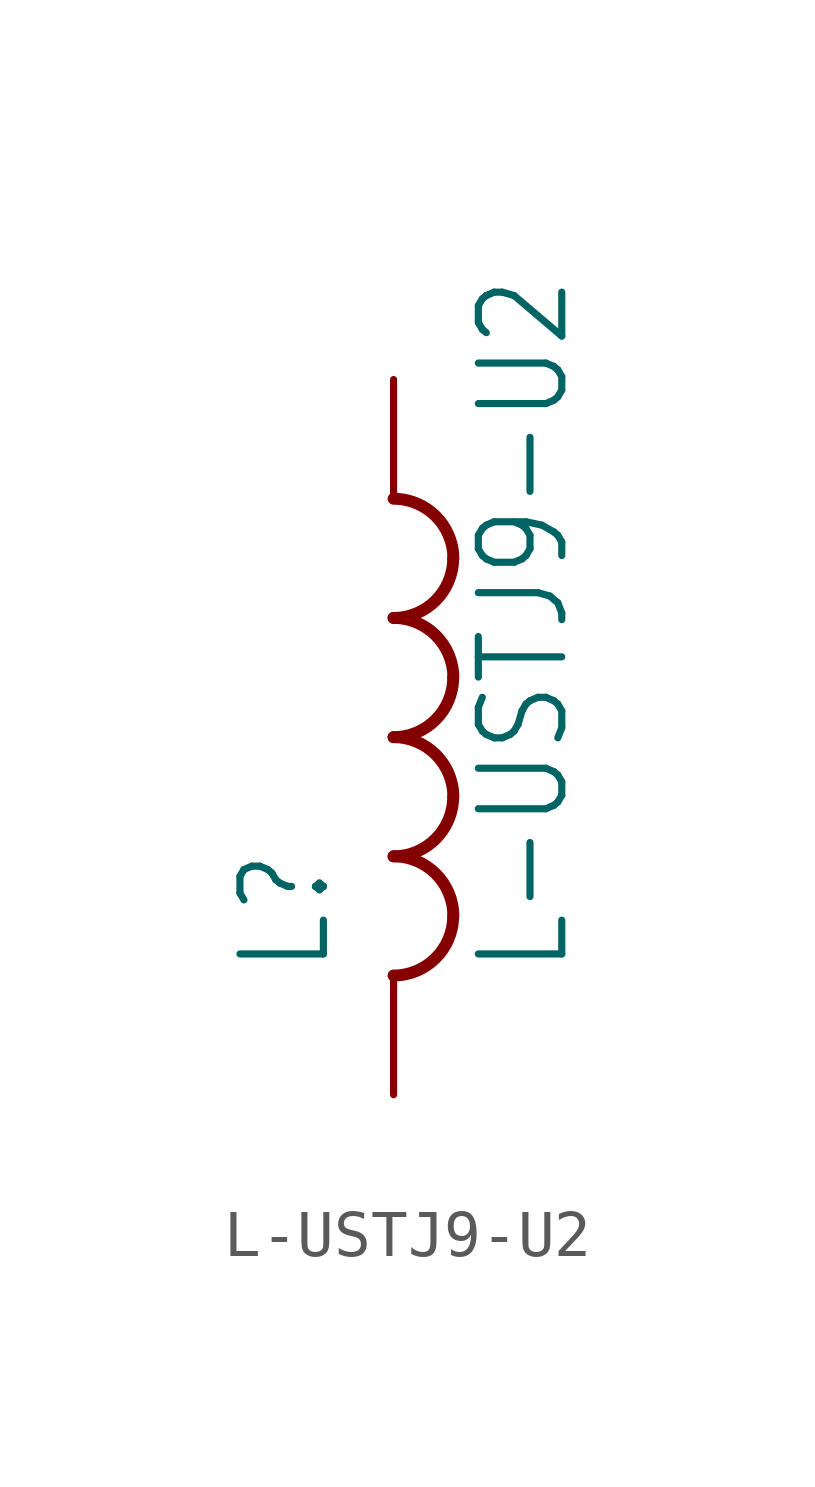
<source format=kicad_sym>
(kicad_symbol_lib
  (version 20211014)
  (generator kicad_symbol_editor)
  (symbol "L-USTJ9-U2"
    (property "Reference" "L"
      (at -1.27 -5.08 90)
      (effects (font (size 1.778 1.511)) (justify left bottom)))
    (property "Value" "L-USTJ9-U2"
      (at 3.81 -5.08 90)
      (effects (font (size 1.778 1.511)) (justify left bottom)))
    (property "ki_locked" ""
      (at 0 0 0)
      (effects (font (size 1.27 1.27))))
    (symbol "L-USTJ9-U2_1_0"
      (arc (start 0 -5.08) (mid 0.898 -4.708) (end 1.27 -3.81) (stroke (width 0.254) (type default) (color 0 0 0 0)) (fill (type none)))
      (arc (start 0 -2.54) (mid 0.898 -2.168) (end 1.27 -1.27) (stroke (width 0.254) (type default) (color 0 0 0 0)) (fill (type none)))
      (arc (start 0 0) (mid 0.898 0.372) (end 1.27 1.27) (stroke (width 0.254) (type default) (color 0 0 0 0)) (fill (type none)))
      (arc (start 0 2.54) (mid 0.898 2.912) (end 1.27 3.81) (stroke (width 0.254) (type default) (color 0 0 0 0)) (fill (type none)))
      (arc (start 1.27 -3.81) (mid 0.898 -2.912) (end 0 -2.54) (stroke (width 0.254) (type default) (color 0 0 0 0)) (fill (type none)))
      (arc (start 1.27 -1.27) (mid 0.898 -0.372) (end 0 0) (stroke (width 0.254) (type default) (color 0 0 0 0)) (fill (type none)))
      (arc (start 1.27 1.27) (mid 0.898 2.168) (end 0 2.54) (stroke (width 0.254) (type default) (color 0 0 0 0)) (fill (type none)))
      (arc (start 1.27 3.81) (mid 0.898 4.708) (end 0 5.08) (stroke (width 0.254) (type default) (color 0 0 0 0)) (fill (type none)))
      (pin passive line (at 0 7.62 270) (length 2.54) (name "1" (effects (font (size 0 0)))) (number "1" (effects (font (size 0 0)))))
      (pin passive line (at 0 -7.62 90) (length 2.54) (name "2" (effects (font (size 0 0)))) (number "2" (effects (font (size 0 0))))))))
</source>
